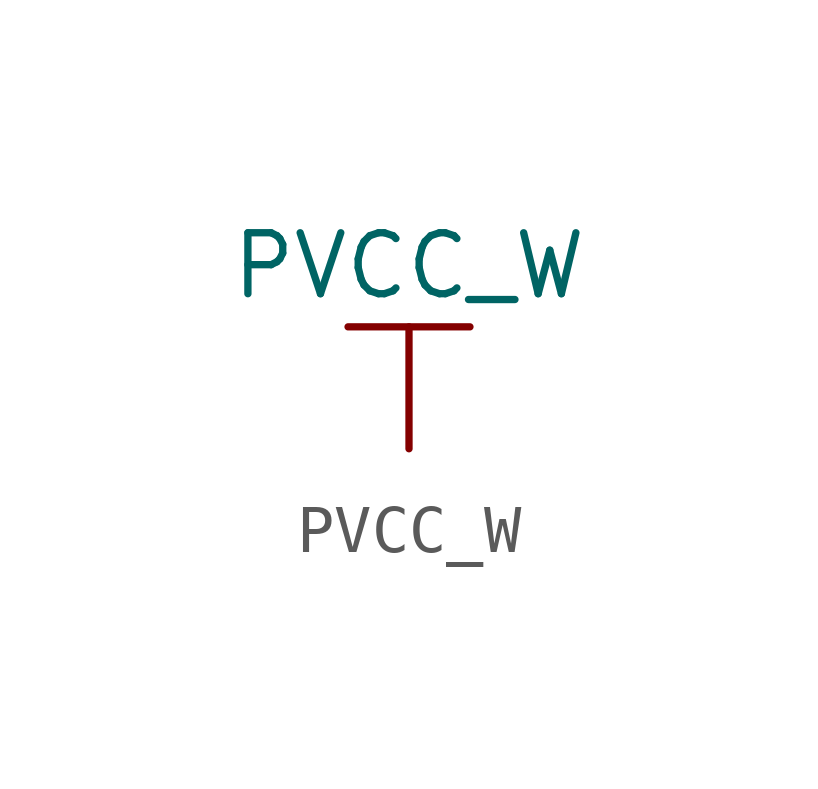
<source format=kicad_sym>
(kicad_symbol_lib
  (version 20211014)
  (generator kicad_symbol_editor)
  (symbol "PVCC_W"
    (power)
    (pin_names
      (offset 0))
    (property "Reference" "#PWR"
      (at 0 -3.81 0)
      (effects (font (size 1.27 1.27)) hide))
    (property "Value" "PVCC_W"
      (at 0 3.81 0)
      (effects (font (size 1.27 1.27))))
    (symbol "PVCC_W_0_1"
      (polyline (pts (xy -1.27 2.54) (xy 1.27 2.54)) (stroke (width 0.152) (type default) (color 0 0 0 0)) (fill (type none)))
      (polyline (pts (xy 0 0) (xy 0 2.54)) (stroke (width 0.152) (type default) (color 0 0 0 0)) (fill (type none))))
    (symbol "PVCC_W_1_1"
      (pin power_in line (at 0 0 90) (length 0) hide (name "PVCC_W" (effects (font (size 1.27 1.27)))) (number "1" (effects (font (size 1.27 1.27))))))))
</source>
